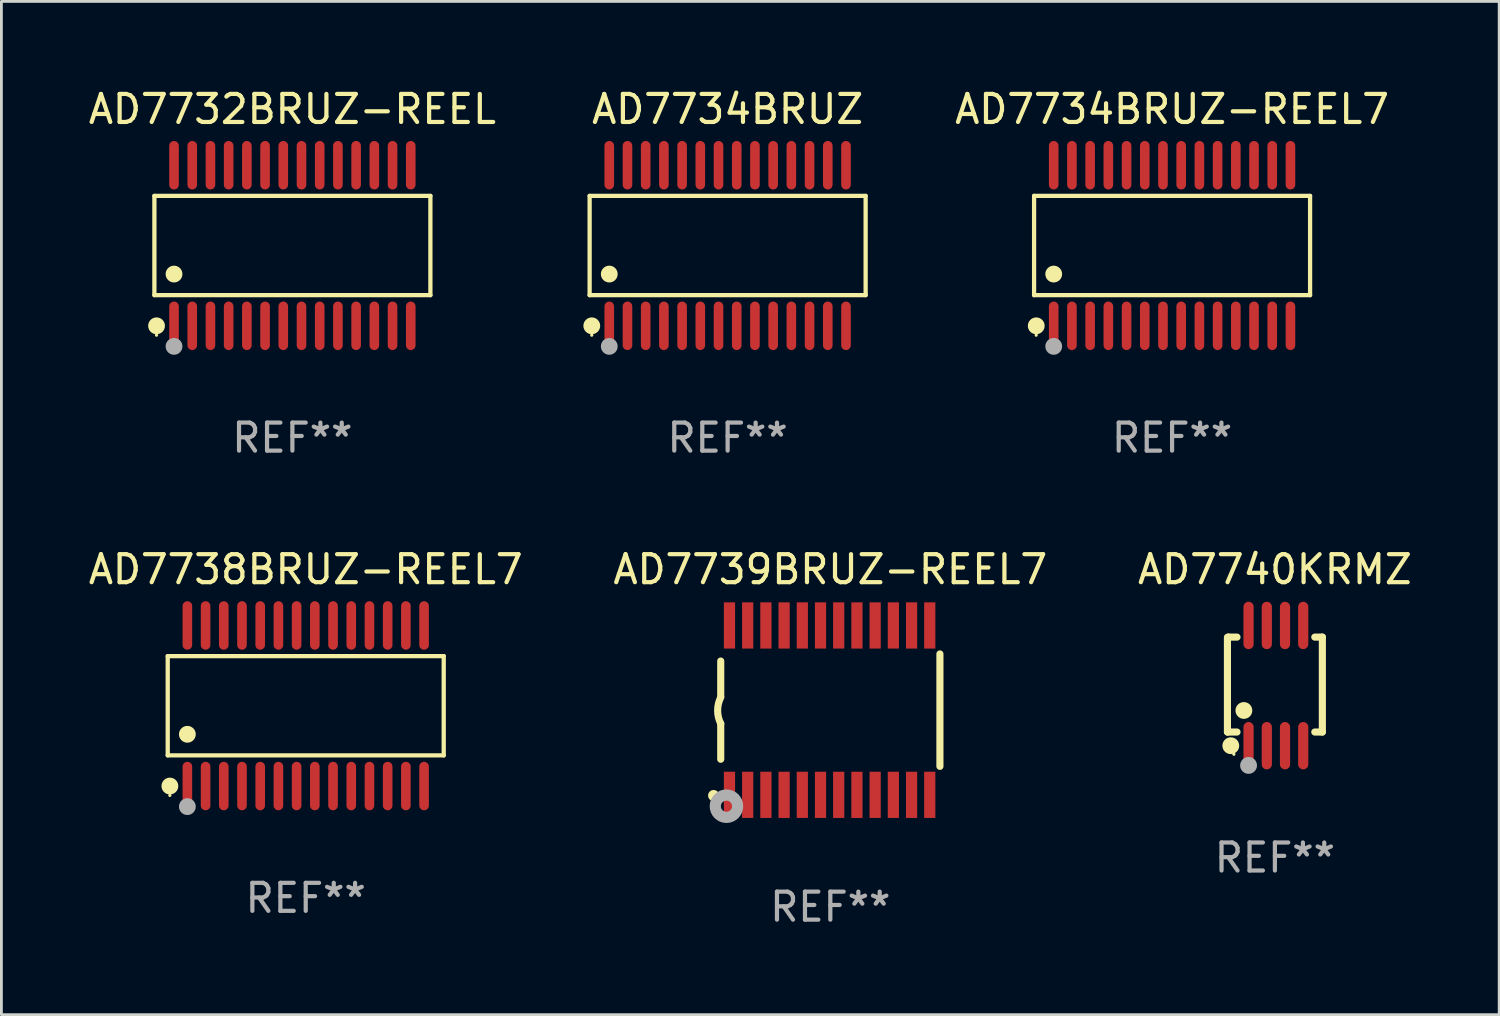
<source format=kicad_pcb>
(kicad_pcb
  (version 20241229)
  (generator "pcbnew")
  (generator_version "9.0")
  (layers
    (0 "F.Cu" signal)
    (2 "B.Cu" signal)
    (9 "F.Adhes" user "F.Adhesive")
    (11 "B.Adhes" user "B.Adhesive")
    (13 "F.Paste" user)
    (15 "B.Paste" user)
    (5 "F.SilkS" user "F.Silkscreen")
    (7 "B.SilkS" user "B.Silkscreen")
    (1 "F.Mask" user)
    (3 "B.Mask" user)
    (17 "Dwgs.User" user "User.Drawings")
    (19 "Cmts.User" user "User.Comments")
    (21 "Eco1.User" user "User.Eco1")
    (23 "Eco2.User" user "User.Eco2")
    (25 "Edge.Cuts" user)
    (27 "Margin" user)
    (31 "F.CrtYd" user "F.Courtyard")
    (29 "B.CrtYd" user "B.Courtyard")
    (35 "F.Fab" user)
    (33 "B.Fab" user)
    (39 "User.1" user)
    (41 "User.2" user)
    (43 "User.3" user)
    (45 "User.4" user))
  (footprint "AD7734BRUZ"
    (layer "F.Cu")
    (at 22.923 5.714)
    (property "Reference" "AD7734BRUZ" (at 0 -4.866 0) (layer "F.SilkS") (effects (font (size 1 1) (thickness 0.15))))
    (attr through_hole)
    (fp_line (start -4.926 -1.772) (end 4.926 -1.772) (stroke (width 0.152) (type solid)) (layer "F.SilkS"))
    (fp_line (start -4.926 1.771) (end -4.926 -1.772) (stroke (width 0.152) (type solid)) (layer "F.SilkS"))
    (fp_line (start 4.926 -1.772) (end 4.926 1.771) (stroke (width 0.152) (type solid)) (layer "F.SilkS"))
    (fp_line (start 4.926 1.771) (end -4.926 1.771) (stroke (width 0.152) (type solid)) (layer "F.SilkS"))
    (fp_circle (center -4.85 3.2) (end -4.82 3.2) (stroke (width 0.06) (type solid)) (fill no) (layer "F.SilkS"))
    (fp_circle (center -4.849 2.866) (end -4.699 2.866) (stroke (width 0.3) (type solid)) (fill no) (layer "F.SilkS"))
    (fp_circle (center -4.225 1.019) (end -4.075 1.019) (stroke (width 0.3) (type solid)) (fill no) (layer "F.SilkS"))
    (fp_circle (center -4.225 3.6) (end -4.075 3.6) (stroke (width 0.3) (type solid)) (fill no) (layer "F.Fab"))
    (fp_text user "REF**" (at 0 6.866 0) (layer "F.Fab") (effects (font (size 1 1) (thickness 0.15))))
    (pad "1" smd oval (at -4.225 2.866) (size 0.343 1.731) (layers "F.Cu" "F.Mask" "F.Paste"))
    (pad "2" smd oval (at -3.575 2.866) (size 0.343 1.731) (layers "F.Cu" "F.Mask" "F.Paste"))
    (pad "3" smd oval (at -2.925 2.866) (size 0.343 1.731) (layers "F.Cu" "F.Mask" "F.Paste"))
    (pad "4" smd oval (at -2.275 2.866) (size 0.343 1.731) (layers "F.Cu" "F.Mask" "F.Paste"))
    (pad "5" smd oval (at -1.625 2.866) (size 0.343 1.731) (layers "F.Cu" "F.Mask" "F.Paste"))
    (pad "6" smd oval (at -0.975 2.866) (size 0.343 1.731) (layers "F.Cu" "F.Mask" "F.Paste"))
    (pad "7" smd oval (at -0.325 2.866) (size 0.343 1.731) (layers "F.Cu" "F.Mask" "F.Paste"))
    (pad "8" smd oval (at 0.325 2.866) (size 0.343 1.731) (layers "F.Cu" "F.Mask" "F.Paste"))
    (pad "9" smd oval (at 0.975 2.866) (size 0.343 1.731) (layers "F.Cu" "F.Mask" "F.Paste"))
    (pad "10" smd oval (at 1.625 2.866) (size 0.343 1.731) (layers "F.Cu" "F.Mask" "F.Paste"))
    (pad "11" smd oval (at 2.275 2.866) (size 0.343 1.731) (layers "F.Cu" "F.Mask" "F.Paste"))
    (pad "12" smd oval (at 2.925 2.866) (size 0.343 1.731) (layers "F.Cu" "F.Mask" "F.Paste"))
    (pad "13" smd oval (at 3.575 2.866) (size 0.343 1.731) (layers "F.Cu" "F.Mask" "F.Paste"))
    (pad "14" smd oval (at 4.225 2.866) (size 0.343 1.731) (layers "F.Cu" "F.Mask" "F.Paste"))
    (pad "15" smd oval (at 4.225 -2.866) (size 0.343 1.731) (layers "F.Cu" "F.Mask" "F.Paste"))
    (pad "16" smd oval (at 3.575 -2.866) (size 0.343 1.731) (layers "F.Cu" "F.Mask" "F.Paste"))
    (pad "17" smd oval (at 2.925 -2.866) (size 0.343 1.731) (layers "F.Cu" "F.Mask" "F.Paste"))
    (pad "18" smd oval (at 2.275 -2.866) (size 0.343 1.731) (layers "F.Cu" "F.Mask" "F.Paste"))
    (pad "19" smd oval (at 1.625 -2.866) (size 0.343 1.731) (layers "F.Cu" "F.Mask" "F.Paste"))
    (pad "20" smd oval (at 0.975 -2.866) (size 0.343 1.731) (layers "F.Cu" "F.Mask" "F.Paste"))
    (pad "21" smd oval (at 0.325 -2.866) (size 0.343 1.731) (layers "F.Cu" "F.Mask" "F.Paste"))
    (pad "22" smd oval (at -0.325 -2.866) (size 0.343 1.731) (layers "F.Cu" "F.Mask" "F.Paste"))
    (pad "23" smd oval (at -0.975 -2.866) (size 0.343 1.731) (layers "F.Cu" "F.Mask" "F.Paste"))
    (pad "24" smd oval (at -1.625 -2.866) (size 0.343 1.731) (layers "F.Cu" "F.Mask" "F.Paste"))
    (pad "25" smd oval (at -2.275 -2.866) (size 0.343 1.731) (layers "F.Cu" "F.Mask" "F.Paste"))
    (pad "26" smd oval (at -2.925 -2.866) (size 0.343 1.731) (layers "F.Cu" "F.Mask" "F.Paste"))
    (pad "27" smd oval (at -3.575 -2.866) (size 0.343 1.731) (layers "F.Cu" "F.Mask" "F.Paste"))
    (pad "28" smd oval (at -4.225 -2.866) (size 0.343 1.731) (layers "F.Cu" "F.Mask" "F.Paste")))
  (footprint "AD7740KRMZ"
    (layer "F.Cu")
    (at 42.458 21.422)
    (property "Reference" "AD7740KRMZ" (at 0 -4.146 0) (layer "F.SilkS") (effects (font (size 1 1) (thickness 0.15))))
    (attr through_hole)
    (fp_line (start -1.694 -1.724) (end -1.694 1.652) (stroke (width 0.254) (type solid)) (layer "F.SilkS"))
    (fp_line (start -1.694 1.652) (end -1.688 1.658) (stroke (width 0.254) (type solid)) (layer "F.SilkS"))
    (fp_line (start -1.688 1.658) (end -1.353 1.658) (stroke (width 0.254) (type solid)) (layer "F.SilkS"))
    (fp_line (start -1.661 -1.73) (end -1.681 -1.71) (stroke (width 0.254) (type solid)) (layer "F.SilkS"))
    (fp_line (start -1.353 -1.73) (end -1.661 -1.73) (stroke (width 0.254) (type solid)) (layer "F.SilkS"))
    (fp_line (start 1.424 1.658) (end 1.694 1.658) (stroke (width 0.254) (type solid)) (layer "F.SilkS"))
    (fp_line (start 1.694 -1.73) (end 1.424 -1.73) (stroke (width 0.254) (type solid)) (layer "F.SilkS"))
    (fp_line (start 1.694 1.658) (end 1.694 -1.73) (stroke (width 0.254) (type solid)) (layer "F.SilkS"))
    (fp_circle (center -1.574 2.146) (end -1.424 2.146) (stroke (width 0.3) (type solid)) (fill no) (layer "F.SilkS"))
    (fp_circle (center -1.464 2.45) (end -1.434 2.45) (stroke (width 0.06) (type solid)) (fill no) (layer "F.SilkS"))
    (fp_circle (center -1.107 0.889) (end -0.957 0.889) (stroke (width 0.3) (type solid)) (fill no) (layer "F.SilkS"))
    (fp_circle (center -0.94 2.85) (end -0.789 2.85) (stroke (width 0.3) (type solid)) (fill no) (layer "F.Fab"))
    (fp_text user "REF**" (at 0 6.146 0) (layer "F.Fab") (effects (font (size 1 1) (thickness 0.15))))
    (pad "1" smd oval (at -0.94 2.146) (size 0.364 1.692) (layers "F.Cu" "F.Mask" "F.Paste"))
    (pad "2" smd oval (at -0.289 2.146) (size 0.364 1.692) (layers "F.Cu" "F.Mask" "F.Paste"))
    (pad "3" smd oval (at 0.361 2.146) (size 0.364 1.692) (layers "F.Cu" "F.Mask" "F.Paste"))
    (pad "4" smd oval (at 1.011 2.146) (size 0.364 1.692) (layers "F.Cu" "F.Mask" "F.Paste"))
    (pad "5" smd oval (at 1.011 -2.146) (size 0.364 1.692) (layers "F.Cu" "F.Mask" "F.Paste"))
    (pad "6" smd oval (at 0.361 -2.146) (size 0.364 1.692) (layers "F.Cu" "F.Mask" "F.Paste"))
    (pad "7" smd oval (at -0.289 -2.146) (size 0.364 1.692) (layers "F.Cu" "F.Mask" "F.Paste"))
    (pad "8" smd oval (at -0.94 -2.146) (size 0.364 1.692) (layers "F.Cu" "F.Mask" "F.Paste")))
  (footprint "AD7739BRUZ-REEL7"
    (layer "F.Cu")
    (at 26.589 22.299)
    (property "Reference" "AD7739BRUZ-REEL7" (at 0 -5.023 0) (layer "F.SilkS") (effects (font (size 1 1) (thickness 0.15))))
    (attr through_hole)
    (fp_line (start -3.912 -0.483) (end -3.912 -1.753) (stroke (width 0.254) (type solid)) (layer "F.SilkS"))
    (fp_line (start -3.912 1.753) (end -3.912 0.483) (stroke (width 0.254) (type solid)) (layer "F.SilkS"))
    (fp_line (start 3.912 -2.007) (end 3.912 2.007) (stroke (width 0.254) (type solid)) (layer "F.SilkS"))
    (fp_arc (start -3.911608 0.482601) (mid -4.022537 0.0127) (end -3.911608 -0.457201) (stroke (width 0.254001) (type solid)) (layer "F.SilkS"))
    (fp_circle (center -4.166 3.048) (end -4.066 3.048) (stroke (width 0.2) (type solid)) (fill no) (layer "F.SilkS"))
    (fp_circle (center -3.925 3.186) (end -3.895 3.186) (stroke (width 0.06) (type solid)) (fill no) (layer "F.SilkS"))
    (fp_circle (center -3.708 3.429) (end -3.509 3.429) (stroke (width 0.4) (type solid)) (fill no) (layer "F.Fab"))
    (fp_text user "REF**" (at 0 7.023 0) (layer "F.Fab") (effects (font (size 1 1) (thickness 0.15))))
    (pad "1" smd rect (at -3.6 3.023) (size 0.4 1.65) (layers "F.Cu" "F.Mask" "F.Paste"))
    (pad "2" smd rect (at -2.95 3.023) (size 0.4 1.65) (layers "F.Cu" "F.Mask" "F.Paste"))
    (pad "3" smd rect (at -2.3 3.023) (size 0.4 1.65) (layers "F.Cu" "F.Mask" "F.Paste"))
    (pad "4" smd rect (at -1.65 3.023) (size 0.4 1.65) (layers "F.Cu" "F.Mask" "F.Paste"))
    (pad "5" smd rect (at -1 3.023) (size 0.4 1.65) (layers "F.Cu" "F.Mask" "F.Paste"))
    (pad "6" smd rect (at -0.35 3.023) (size 0.4 1.65) (layers "F.Cu" "F.Mask" "F.Paste"))
    (pad "7" smd rect (at 0.299 3.023) (size 0.4 1.65) (layers "F.Cu" "F.Mask" "F.Paste"))
    (pad "8" smd rect (at 0.95 3.023) (size 0.4 1.65) (layers "F.Cu" "F.Mask" "F.Paste"))
    (pad "9" smd rect (at 1.6 3.023) (size 0.4 1.65) (layers "F.Cu" "F.Mask" "F.Paste"))
    (pad "10" smd rect (at 2.25 3.023) (size 0.4 1.65) (layers "F.Cu" "F.Mask" "F.Paste"))
    (pad "11" smd rect (at 2.9 3.023) (size 0.4 1.65) (layers "F.Cu" "F.Mask" "F.Paste"))
    (pad "12" smd rect (at 3.549 3.023) (size 0.4 1.65) (layers "F.Cu" "F.Mask" "F.Paste"))
    (pad "13" smd rect (at 3.549 -3.023) (size 0.4 1.65) (layers "F.Cu" "F.Mask" "F.Paste"))
    (pad "14" smd rect (at 2.9 -3.023) (size 0.4 1.65) (layers "F.Cu" "F.Mask" "F.Paste"))
    (pad "15" smd rect (at 2.25 -3.023) (size 0.4 1.65) (layers "F.Cu" "F.Mask" "F.Paste"))
    (pad "16" smd rect (at 1.6 -3.023) (size 0.4 1.65) (layers "F.Cu" "F.Mask" "F.Paste"))
    (pad "17" smd rect (at 0.95 -3.023) (size 0.4 1.65) (layers "F.Cu" "F.Mask" "F.Paste"))
    (pad "18" smd rect (at 0.299 -3.023) (size 0.4 1.65) (layers "F.Cu" "F.Mask" "F.Paste"))
    (pad "19" smd rect (at -0.35 -3.023) (size 0.4 1.65) (layers "F.Cu" "F.Mask" "F.Paste"))
    (pad "20" smd rect (at -1 -3.023) (size 0.4 1.65) (layers "F.Cu" "F.Mask" "F.Paste"))
    (pad "21" smd rect (at -1.65 -3.023) (size 0.4 1.65) (layers "F.Cu" "F.Mask" "F.Paste"))
    (pad "22" smd rect (at -2.3 -3.023) (size 0.4 1.65) (layers "F.Cu" "F.Mask" "F.Paste"))
    (pad "23" smd rect (at -2.95 -3.023) (size 0.4 1.65) (layers "F.Cu" "F.Mask" "F.Paste"))
    (pad "24" smd rect (at -3.6 -3.023) (size 0.4 1.65) (layers "F.Cu" "F.Mask" "F.Paste")))
  (footprint "AD7732BRUZ-REEL"
    (layer "F.Cu")
    (at 7.387 5.714)
    (property "Reference" "AD7732BRUZ-REEL" (at 0 -4.866 0) (layer "F.SilkS") (effects (font (size 1 1) (thickness 0.15))))
    (attr through_hole)
    (fp_line (start -4.926 -1.772) (end 4.926 -1.772) (stroke (width 0.152) (type solid)) (layer "F.SilkS"))
    (fp_line (start -4.926 1.771) (end -4.926 -1.772) (stroke (width 0.152) (type solid)) (layer "F.SilkS"))
    (fp_line (start 4.926 -1.772) (end 4.926 1.771) (stroke (width 0.152) (type solid)) (layer "F.SilkS"))
    (fp_line (start 4.926 1.771) (end -4.926 1.771) (stroke (width 0.152) (type solid)) (layer "F.SilkS"))
    (fp_circle (center -4.85 3.2) (end -4.82 3.2) (stroke (width 0.06) (type solid)) (fill no) (layer "F.SilkS"))
    (fp_circle (center -4.849 2.866) (end -4.699 2.866) (stroke (width 0.3) (type solid)) (fill no) (layer "F.SilkS"))
    (fp_circle (center -4.225 1.019) (end -4.075 1.019) (stroke (width 0.3) (type solid)) (fill no) (layer "F.SilkS"))
    (fp_circle (center -4.225 3.6) (end -4.075 3.6) (stroke (width 0.3) (type solid)) (fill no) (layer "F.Fab"))
    (fp_text user "REF**" (at 0 6.866 0) (layer "F.Fab") (effects (font (size 1 1) (thickness 0.15))))
    (pad "1" smd oval (at -4.225 2.866) (size 0.343 1.731) (layers "F.Cu" "F.Mask" "F.Paste"))
    (pad "2" smd oval (at -3.575 2.866) (size 0.343 1.731) (layers "F.Cu" "F.Mask" "F.Paste"))
    (pad "3" smd oval (at -2.925 2.866) (size 0.343 1.731) (layers "F.Cu" "F.Mask" "F.Paste"))
    (pad "4" smd oval (at -2.275 2.866) (size 0.343 1.731) (layers "F.Cu" "F.Mask" "F.Paste"))
    (pad "5" smd oval (at -1.625 2.866) (size 0.343 1.731) (layers "F.Cu" "F.Mask" "F.Paste"))
    (pad "6" smd oval (at -0.975 2.866) (size 0.343 1.731) (layers "F.Cu" "F.Mask" "F.Paste"))
    (pad "7" smd oval (at -0.325 2.866) (size 0.343 1.731) (layers "F.Cu" "F.Mask" "F.Paste"))
    (pad "8" smd oval (at 0.325 2.866) (size 0.343 1.731) (layers "F.Cu" "F.Mask" "F.Paste"))
    (pad "9" smd oval (at 0.975 2.866) (size 0.343 1.731) (layers "F.Cu" "F.Mask" "F.Paste"))
    (pad "10" smd oval (at 1.625 2.866) (size 0.343 1.731) (layers "F.Cu" "F.Mask" "F.Paste"))
    (pad "11" smd oval (at 2.275 2.866) (size 0.343 1.731) (layers "F.Cu" "F.Mask" "F.Paste"))
    (pad "12" smd oval (at 2.925 2.866) (size 0.343 1.731) (layers "F.Cu" "F.Mask" "F.Paste"))
    (pad "13" smd oval (at 3.575 2.866) (size 0.343 1.731) (layers "F.Cu" "F.Mask" "F.Paste"))
    (pad "14" smd oval (at 4.225 2.866) (size 0.343 1.731) (layers "F.Cu" "F.Mask" "F.Paste"))
    (pad "15" smd oval (at 4.225 -2.866) (size 0.343 1.731) (layers "F.Cu" "F.Mask" "F.Paste"))
    (pad "16" smd oval (at 3.575 -2.866) (size 0.343 1.731) (layers "F.Cu" "F.Mask" "F.Paste"))
    (pad "17" smd oval (at 2.925 -2.866) (size 0.343 1.731) (layers "F.Cu" "F.Mask" "F.Paste"))
    (pad "18" smd oval (at 2.275 -2.866) (size 0.343 1.731) (layers "F.Cu" "F.Mask" "F.Paste"))
    (pad "19" smd oval (at 1.625 -2.866) (size 0.343 1.731) (layers "F.Cu" "F.Mask" "F.Paste"))
    (pad "20" smd oval (at 0.975 -2.866) (size 0.343 1.731) (layers "F.Cu" "F.Mask" "F.Paste"))
    (pad "21" smd oval (at 0.325 -2.866) (size 0.343 1.731) (layers "F.Cu" "F.Mask" "F.Paste"))
    (pad "22" smd oval (at -0.325 -2.866) (size 0.343 1.731) (layers "F.Cu" "F.Mask" "F.Paste"))
    (pad "23" smd oval (at -0.975 -2.866) (size 0.343 1.731) (layers "F.Cu" "F.Mask" "F.Paste"))
    (pad "24" smd oval (at -1.625 -2.866) (size 0.343 1.731) (layers "F.Cu" "F.Mask" "F.Paste"))
    (pad "25" smd oval (at -2.275 -2.866) (size 0.343 1.731) (layers "F.Cu" "F.Mask" "F.Paste"))
    (pad "26" smd oval (at -2.925 -2.866) (size 0.343 1.731) (layers "F.Cu" "F.Mask" "F.Paste"))
    (pad "27" smd oval (at -3.575 -2.866) (size 0.343 1.731) (layers "F.Cu" "F.Mask" "F.Paste"))
    (pad "28" smd oval (at -4.225 -2.866) (size 0.343 1.731) (layers "F.Cu" "F.Mask" "F.Paste")))
  (footprint "AD7734BRUZ-REEL7"
    (layer "F.Cu")
    (at 38.788 5.714)
    (property "Reference" "AD7734BRUZ-REEL7" (at 0 -4.866 0) (layer "F.SilkS") (effects (font (size 1 1) (thickness 0.15))))
    (attr through_hole)
    (fp_line (start -4.926 -1.772) (end 4.926 -1.772) (stroke (width 0.152) (type solid)) (layer "F.SilkS"))
    (fp_line (start -4.926 1.771) (end -4.926 -1.772) (stroke (width 0.152) (type solid)) (layer "F.SilkS"))
    (fp_line (start 4.926 -1.772) (end 4.926 1.771) (stroke (width 0.152) (type solid)) (layer "F.SilkS"))
    (fp_line (start 4.926 1.771) (end -4.926 1.771) (stroke (width 0.152) (type solid)) (layer "F.SilkS"))
    (fp_circle (center -4.85 3.2) (end -4.82 3.2) (stroke (width 0.06) (type solid)) (fill no) (layer "F.SilkS"))
    (fp_circle (center -4.849 2.866) (end -4.699 2.866) (stroke (width 0.3) (type solid)) (fill no) (layer "F.SilkS"))
    (fp_circle (center -4.225 1.019) (end -4.075 1.019) (stroke (width 0.3) (type solid)) (fill no) (layer "F.SilkS"))
    (fp_circle (center -4.225 3.6) (end -4.075 3.6) (stroke (width 0.3) (type solid)) (fill no) (layer "F.Fab"))
    (fp_text user "REF**" (at 0 6.866 0) (layer "F.Fab") (effects (font (size 1 1) (thickness 0.15))))
    (pad "1" smd oval (at -4.225 2.866) (size 0.343 1.731) (layers "F.Cu" "F.Mask" "F.Paste"))
    (pad "2" smd oval (at -3.575 2.866) (size 0.343 1.731) (layers "F.Cu" "F.Mask" "F.Paste"))
    (pad "3" smd oval (at -2.925 2.866) (size 0.343 1.731) (layers "F.Cu" "F.Mask" "F.Paste"))
    (pad "4" smd oval (at -2.275 2.866) (size 0.343 1.731) (layers "F.Cu" "F.Mask" "F.Paste"))
    (pad "5" smd oval (at -1.625 2.866) (size 0.343 1.731) (layers "F.Cu" "F.Mask" "F.Paste"))
    (pad "6" smd oval (at -0.975 2.866) (size 0.343 1.731) (layers "F.Cu" "F.Mask" "F.Paste"))
    (pad "7" smd oval (at -0.325 2.866) (size 0.343 1.731) (layers "F.Cu" "F.Mask" "F.Paste"))
    (pad "8" smd oval (at 0.325 2.866) (size 0.343 1.731) (layers "F.Cu" "F.Mask" "F.Paste"))
    (pad "9" smd oval (at 0.975 2.866) (size 0.343 1.731) (layers "F.Cu" "F.Mask" "F.Paste"))
    (pad "10" smd oval (at 1.625 2.866) (size 0.343 1.731) (layers "F.Cu" "F.Mask" "F.Paste"))
    (pad "11" smd oval (at 2.275 2.866) (size 0.343 1.731) (layers "F.Cu" "F.Mask" "F.Paste"))
    (pad "12" smd oval (at 2.925 2.866) (size 0.343 1.731) (layers "F.Cu" "F.Mask" "F.Paste"))
    (pad "13" smd oval (at 3.575 2.866) (size 0.343 1.731) (layers "F.Cu" "F.Mask" "F.Paste"))
    (pad "14" smd oval (at 4.225 2.866) (size 0.343 1.731) (layers "F.Cu" "F.Mask" "F.Paste"))
    (pad "15" smd oval (at 4.225 -2.866) (size 0.343 1.731) (layers "F.Cu" "F.Mask" "F.Paste"))
    (pad "16" smd oval (at 3.575 -2.866) (size 0.343 1.731) (layers "F.Cu" "F.Mask" "F.Paste"))
    (pad "17" smd oval (at 2.925 -2.866) (size 0.343 1.731) (layers "F.Cu" "F.Mask" "F.Paste"))
    (pad "18" smd oval (at 2.275 -2.866) (size 0.343 1.731) (layers "F.Cu" "F.Mask" "F.Paste"))
    (pad "19" smd oval (at 1.625 -2.866) (size 0.343 1.731) (layers "F.Cu" "F.Mask" "F.Paste"))
    (pad "20" smd oval (at 0.975 -2.866) (size 0.343 1.731) (layers "F.Cu" "F.Mask" "F.Paste"))
    (pad "21" smd oval (at 0.325 -2.866) (size 0.343 1.731) (layers "F.Cu" "F.Mask" "F.Paste"))
    (pad "22" smd oval (at -0.325 -2.866) (size 0.343 1.731) (layers "F.Cu" "F.Mask" "F.Paste"))
    (pad "23" smd oval (at -0.975 -2.866) (size 0.343 1.731) (layers "F.Cu" "F.Mask" "F.Paste"))
    (pad "24" smd oval (at -1.625 -2.866) (size 0.343 1.731) (layers "F.Cu" "F.Mask" "F.Paste"))
    (pad "25" smd oval (at -2.275 -2.866) (size 0.343 1.731) (layers "F.Cu" "F.Mask" "F.Paste"))
    (pad "26" smd oval (at -2.925 -2.866) (size 0.343 1.731) (layers "F.Cu" "F.Mask" "F.Paste"))
    (pad "27" smd oval (at -3.575 -2.866) (size 0.343 1.731) (layers "F.Cu" "F.Mask" "F.Paste"))
    (pad "28" smd oval (at -4.225 -2.866) (size 0.343 1.731) (layers "F.Cu" "F.Mask" "F.Paste")))
  (footprint "AD7738BRUZ-REEL7"
    (layer "F.Cu")
    (at 7.863 22.142)
    (property "Reference" "AD7738BRUZ-REEL7" (at 0 -4.866 0) (layer "F.SilkS") (effects (font (size 1 1) (thickness 0.15))))
    (attr through_hole)
    (fp_line (start -4.926 -1.772) (end 4.926 -1.772) (stroke (width 0.152) (type solid)) (layer "F.SilkS"))
    (fp_line (start -4.926 1.771) (end -4.926 -1.772) (stroke (width 0.152) (type solid)) (layer "F.SilkS"))
    (fp_line (start 4.926 -1.772) (end 4.926 1.771) (stroke (width 0.152) (type solid)) (layer "F.SilkS"))
    (fp_line (start 4.926 1.771) (end -4.926 1.771) (stroke (width 0.152) (type solid)) (layer "F.SilkS"))
    (fp_circle (center -4.85 3.2) (end -4.82 3.2) (stroke (width 0.06) (type solid)) (fill no) (layer "F.SilkS"))
    (fp_circle (center -4.849 2.866) (end -4.699 2.866) (stroke (width 0.3) (type solid)) (fill no) (layer "F.SilkS"))
    (fp_circle (center -4.225 1.019) (end -4.075 1.019) (stroke (width 0.3) (type solid)) (fill no) (layer "F.SilkS"))
    (fp_circle (center -4.225 3.6) (end -4.075 3.6) (stroke (width 0.3) (type solid)) (fill no) (layer "F.Fab"))
    (fp_text user "REF**" (at 0 6.866 0) (layer "F.Fab") (effects (font (size 1 1) (thickness 0.15))))
    (pad "1" smd oval (at -4.225 2.866) (size 0.343 1.731) (layers "F.Cu" "F.Mask" "F.Paste"))
    (pad "2" smd oval (at -3.575 2.866) (size 0.343 1.731) (layers "F.Cu" "F.Mask" "F.Paste"))
    (pad "3" smd oval (at -2.925 2.866) (size 0.343 1.731) (layers "F.Cu" "F.Mask" "F.Paste"))
    (pad "4" smd oval (at -2.275 2.866) (size 0.343 1.731) (layers "F.Cu" "F.Mask" "F.Paste"))
    (pad "5" smd oval (at -1.625 2.866) (size 0.343 1.731) (layers "F.Cu" "F.Mask" "F.Paste"))
    (pad "6" smd oval (at -0.975 2.866) (size 0.343 1.731) (layers "F.Cu" "F.Mask" "F.Paste"))
    (pad "7" smd oval (at -0.325 2.866) (size 0.343 1.731) (layers "F.Cu" "F.Mask" "F.Paste"))
    (pad "8" smd oval (at 0.325 2.866) (size 0.343 1.731) (layers "F.Cu" "F.Mask" "F.Paste"))
    (pad "9" smd oval (at 0.975 2.866) (size 0.343 1.731) (layers "F.Cu" "F.Mask" "F.Paste"))
    (pad "10" smd oval (at 1.625 2.866) (size 0.343 1.731) (layers "F.Cu" "F.Mask" "F.Paste"))
    (pad "11" smd oval (at 2.275 2.866) (size 0.343 1.731) (layers "F.Cu" "F.Mask" "F.Paste"))
    (pad "12" smd oval (at 2.925 2.866) (size 0.343 1.731) (layers "F.Cu" "F.Mask" "F.Paste"))
    (pad "13" smd oval (at 3.575 2.866) (size 0.343 1.731) (layers "F.Cu" "F.Mask" "F.Paste"))
    (pad "14" smd oval (at 4.225 2.866) (size 0.343 1.731) (layers "F.Cu" "F.Mask" "F.Paste"))
    (pad "15" smd oval (at 4.225 -2.866) (size 0.343 1.731) (layers "F.Cu" "F.Mask" "F.Paste"))
    (pad "16" smd oval (at 3.575 -2.866) (size 0.343 1.731) (layers "F.Cu" "F.Mask" "F.Paste"))
    (pad "17" smd oval (at 2.925 -2.866) (size 0.343 1.731) (layers "F.Cu" "F.Mask" "F.Paste"))
    (pad "18" smd oval (at 2.275 -2.866) (size 0.343 1.731) (layers "F.Cu" "F.Mask" "F.Paste"))
    (pad "19" smd oval (at 1.625 -2.866) (size 0.343 1.731) (layers "F.Cu" "F.Mask" "F.Paste"))
    (pad "20" smd oval (at 0.975 -2.866) (size 0.343 1.731) (layers "F.Cu" "F.Mask" "F.Paste"))
    (pad "21" smd oval (at 0.325 -2.866) (size 0.343 1.731) (layers "F.Cu" "F.Mask" "F.Paste"))
    (pad "22" smd oval (at -0.325 -2.866) (size 0.343 1.731) (layers "F.Cu" "F.Mask" "F.Paste"))
    (pad "23" smd oval (at -0.975 -2.866) (size 0.343 1.731) (layers "F.Cu" "F.Mask" "F.Paste"))
    (pad "24" smd oval (at -1.625 -2.866) (size 0.343 1.731) (layers "F.Cu" "F.Mask" "F.Paste"))
    (pad "25" smd oval (at -2.275 -2.866) (size 0.343 1.731) (layers "F.Cu" "F.Mask" "F.Paste"))
    (pad "26" smd oval (at -2.925 -2.866) (size 0.343 1.731) (layers "F.Cu" "F.Mask" "F.Paste"))
    (pad "27" smd oval (at -3.575 -2.866) (size 0.343 1.731) (layers "F.Cu" "F.Mask" "F.Paste"))
    (pad "28" smd oval (at -4.225 -2.866) (size 0.343 1.731) (layers "F.Cu" "F.Mask" "F.Paste")))
  (gr_rect
    (start -3 -3)
    (end 50.464 33.17)
    (stroke (width 0.1) (type default))
    (fill no)
    (layer "Edge.Cuts")))
</source>
